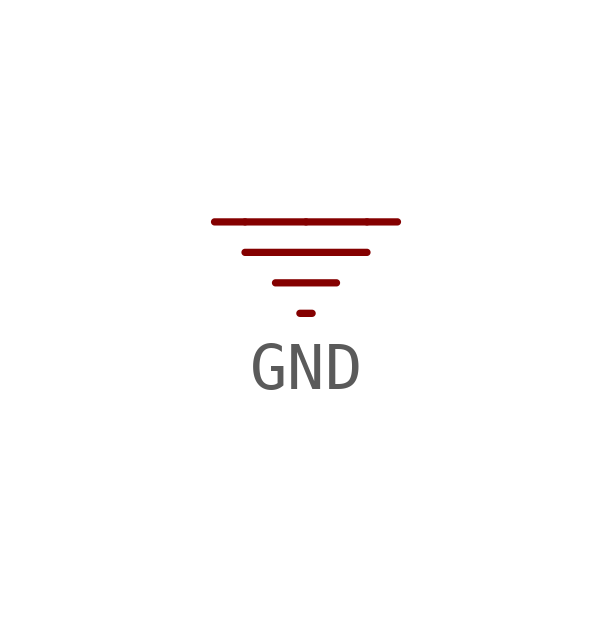
<source format=kicad_sym>
(kicad_symbol_lib
  (version 20211014)
  (generator kicad_symbol_editor)
  (symbol "GND"
    (power)
    (pin_numbers hide)
    (pin_names
      (offset 0) hide)
    (property "Reference" "#PWR"
      (at 6.35 2.54 0)
      (effects (font (size 1.27 1.27)) hide))
    (symbol "GND_0_1"
      (polyline (pts (xy -1.27 -0.635) (xy 1.27 -0.635)) (stroke (width 0.152) (type default) (color 0 0 0 0)) (fill (type none)))
      (polyline (pts (xy -1.27 0) (xy -1.905 0)) (stroke (width 0.152) (type default) (color 0 0 0 0)) (fill (type none)))
      (polyline (pts (xy -0.635 -1.27) (xy 0.635 -1.27)) (stroke (width 0.152) (type default) (color 0 0 0 0)) (fill (type none)))
      (polyline (pts (xy 0.127 -1.905) (xy -0.127 -1.905)) (stroke (width 0.152) (type default) (color 0 0 0 0)) (fill (type none)))
      (polyline (pts (xy 1.27 0) (xy 1.905 0)) (stroke (width 0.152) (type default) (color 0 0 0 0)) (fill (type none)))
      (polyline (pts (xy 0 0) (xy 1.27 0) (xy 0 0) (xy -1.27 0)) (stroke (width 0.152) (type default) (color 0 0 0 0)) (fill (type none))))
    (symbol "GND_1_1"
      (pin power_in line (at 0 0 0) (length 0) (name "GND" (effects (font (size 1.27 1.27)))) (number "1" (effects (font (size 1.27 1.27))))))))
</source>
